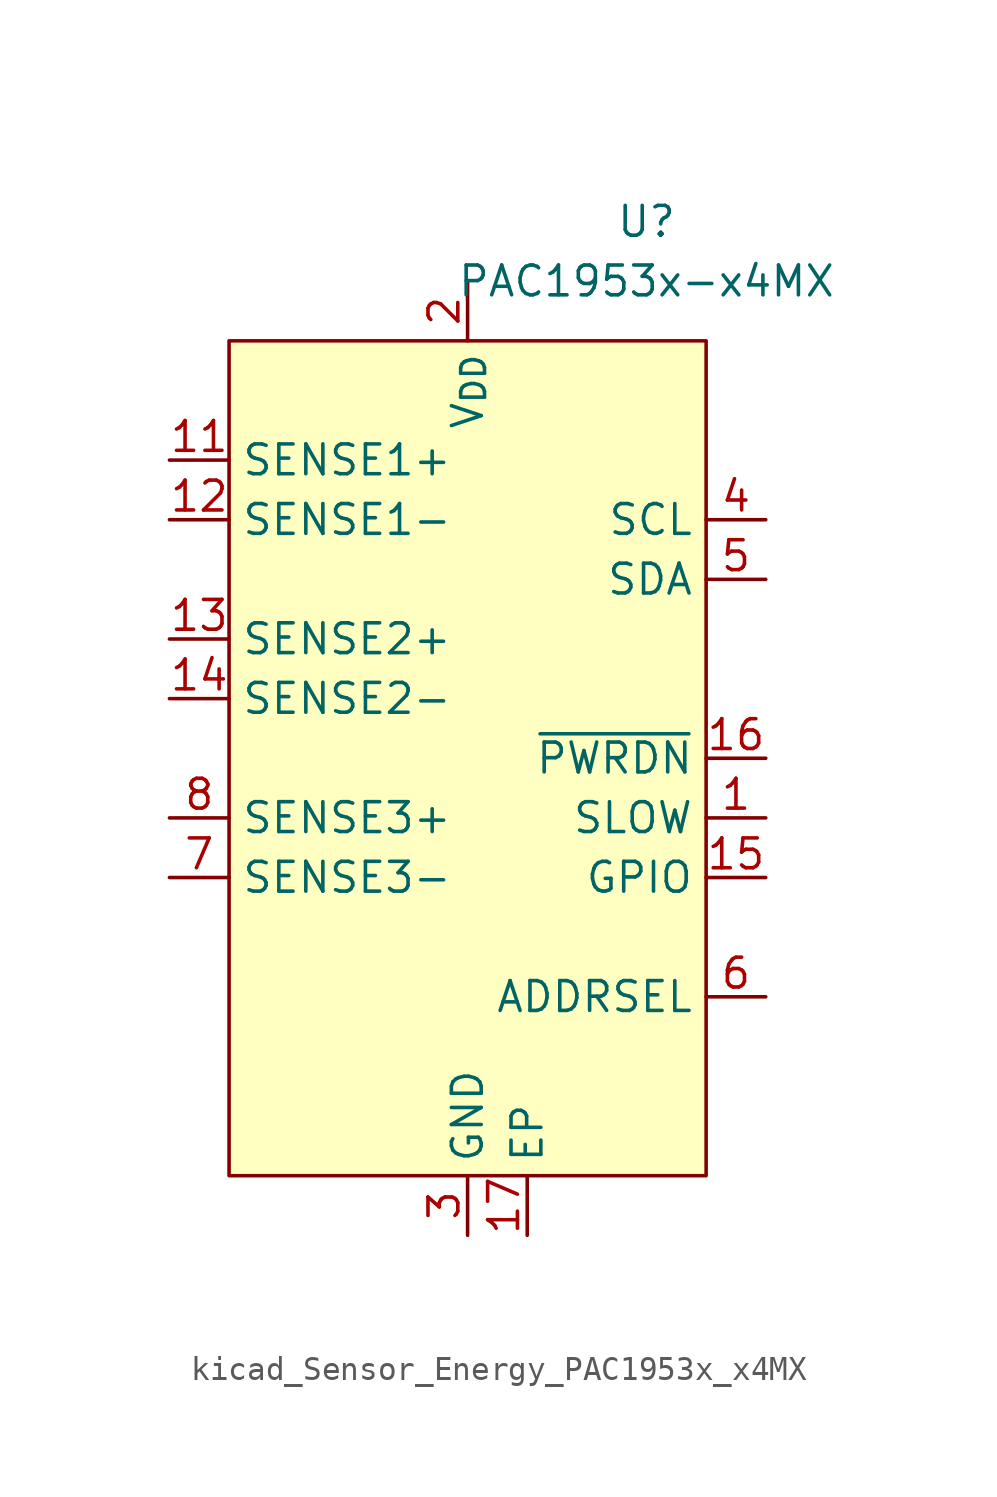
<source format=kicad_sym>
(kicad_symbol_lib
  (version 20220914)
  (generator kicad_symbol_editor)
  (symbol "kicad_Sensor_Energy_PAC1953x_x4MX"
    (property "Reference" "U"
      (at 7.62 22.86 0)
      (effects (font (size 1.27 1.27))))
    (property "Value" "PAC1953x-x4MX"
      (at 7.62 20.32 0)
      (effects (font (size 1.27 1.27))))
    (symbol "kicad_Sensor_Energy_PAC1953x_x4MX_0_0"
      (pin input line (at 12.7 -2.54 180) (length 2.54) (name "SLOW" (effects (font (size 1.27 1.27)))) (number "1" (effects (font (size 1.27 1.27)))) (alternate "GPIO" bidirectional line) (alternate "~{ALERT1}" open_collector line))
      (pin passive line (at 0 -20.32 90) (length 2.54) hide (name "GND" (effects (font (size 1.27 1.27)))) (number "10" (effects (font (size 1.27 1.27)))))
      (pin input line (at -12.7 12.7 0) (length 2.54) (name "SENSE1+" (effects (font (size 1.27 1.27)))) (number "11" (effects (font (size 1.27 1.27)))))
      (pin input line (at -12.7 10.16 0) (length 2.54) (name "SENSE1-" (effects (font (size 1.27 1.27)))) (number "12" (effects (font (size 1.27 1.27)))))
      (pin input line (at -12.7 5.08 0) (length 2.54) (name "SENSE2+" (effects (font (size 1.27 1.27)))) (number "13" (effects (font (size 1.27 1.27)))))
      (pin input line (at -12.7 2.54 0) (length 2.54) (name "SENSE2-" (effects (font (size 1.27 1.27)))) (number "14" (effects (font (size 1.27 1.27)))))
      (pin bidirectional line (at 12.7 -5.08 180) (length 2.54) (name "GPIO" (effects (font (size 1.27 1.27)))) (number "15" (effects (font (size 1.27 1.27)))) (alternate "~{ALERT2}" open_collector line))
      (pin input line (at 12.7 0 180) (length 2.54) (name "~{PWRDN}" (effects (font (size 1.27 1.27)))) (number "16" (effects (font (size 1.27 1.27)))))
      (pin passive line (at 2.54 -20.32 90) (length 2.54) (name "EP" (effects (font (size 1.27 1.27)))) (number "17" (effects (font (size 1.27 1.27)))))
      (pin power_in line (at 0 20.32 270) (length 2.54) (name "V_{DD}" (effects (font (size 1.27 1.27)))) (number "2" (effects (font (size 1.27 1.27)))))
      (pin power_in line (at 0 -20.32 90) (length 2.54) (name "GND" (effects (font (size 1.27 1.27)))) (number "3" (effects (font (size 1.27 1.27)))))
      (pin input line (at 12.7 10.16 180) (length 2.54) (name "SCL" (effects (font (size 1.27 1.27)))) (number "4" (effects (font (size 1.27 1.27)))) (alternate "SM_CLK" input line))
      (pin bidirectional line (at 12.7 7.62 180) (length 2.54) (name "SDA" (effects (font (size 1.27 1.27)))) (number "5" (effects (font (size 1.27 1.27)))) (alternate "SM_DATA" bidirectional line))
      (pin passive line (at 12.7 -10.16 180) (length 2.54) (name "ADDRSEL" (effects (font (size 1.27 1.27)))) (number "6" (effects (font (size 1.27 1.27)))))
      (pin input line (at -12.7 -5.08 0) (length 2.54) (name "SENSE3-" (effects (font (size 1.27 1.27)))) (number "7" (effects (font (size 1.27 1.27)))))
      (pin input line (at -12.7 -2.54 0) (length 2.54) (name "SENSE3+" (effects (font (size 1.27 1.27)))) (number "8" (effects (font (size 1.27 1.27)))))
      (pin passive line (at 0 -20.32 90) (length 2.54) hide (name "GND" (effects (font (size 1.27 1.27)))) (number "9" (effects (font (size 1.27 1.27))))))
    (symbol "kicad_Sensor_Energy_PAC1953x_x4MX_0_1"
      (rectangle (start -10.16 17.78) (end 10.16 -17.78) (stroke (width 0) (type default)) (fill (type background))))))
</source>
